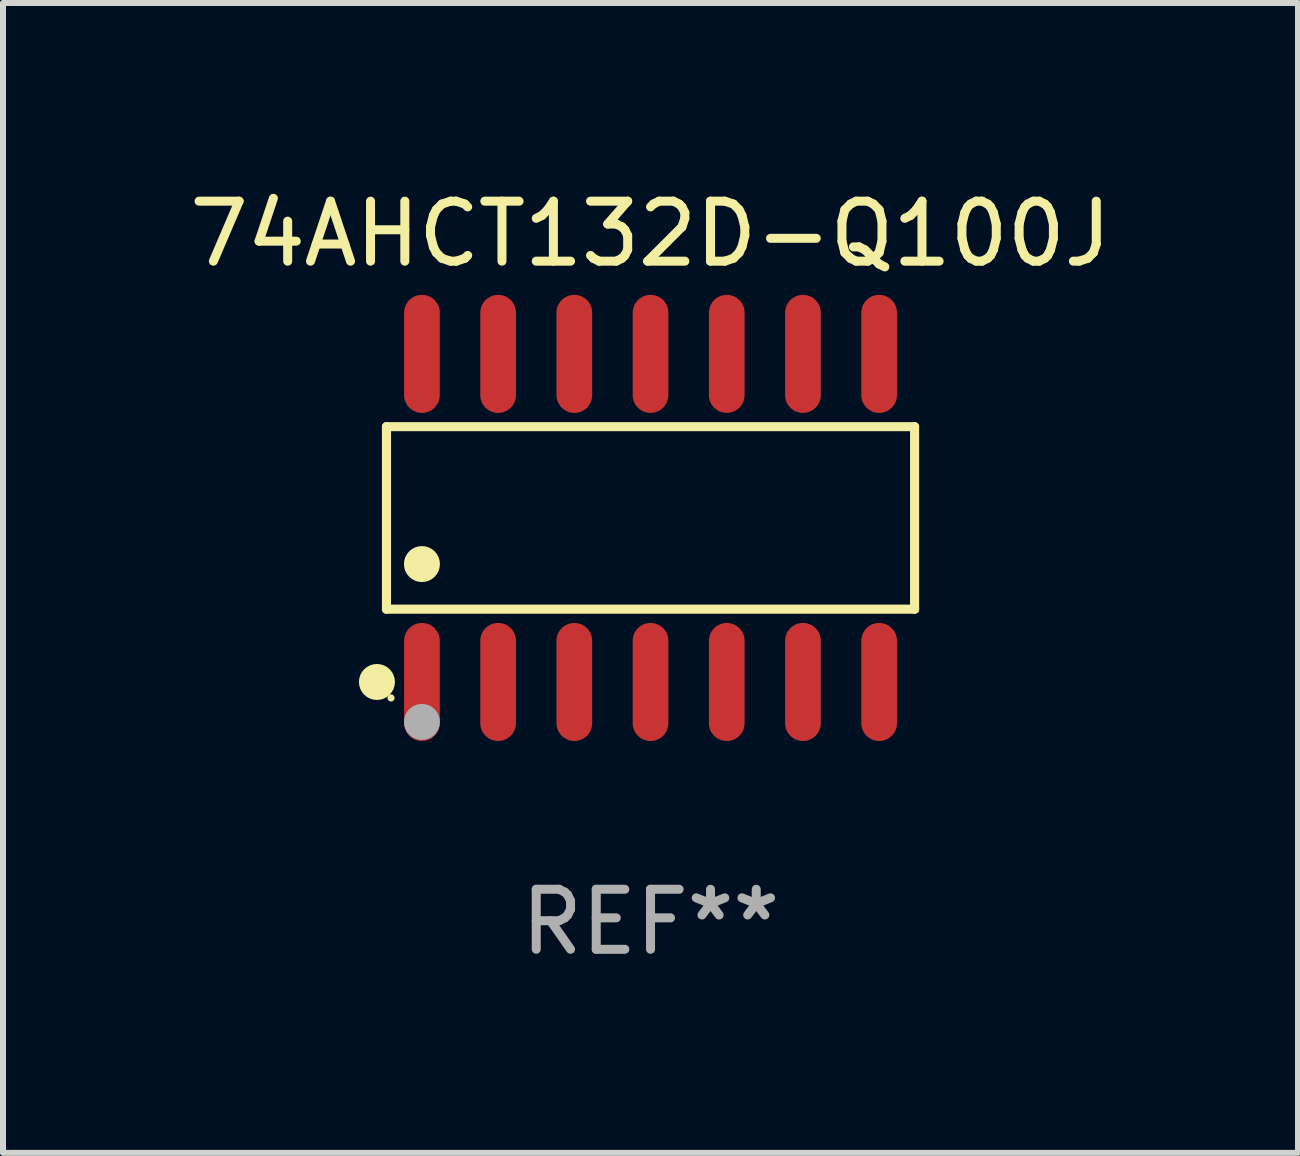
<source format=kicad_pcb>
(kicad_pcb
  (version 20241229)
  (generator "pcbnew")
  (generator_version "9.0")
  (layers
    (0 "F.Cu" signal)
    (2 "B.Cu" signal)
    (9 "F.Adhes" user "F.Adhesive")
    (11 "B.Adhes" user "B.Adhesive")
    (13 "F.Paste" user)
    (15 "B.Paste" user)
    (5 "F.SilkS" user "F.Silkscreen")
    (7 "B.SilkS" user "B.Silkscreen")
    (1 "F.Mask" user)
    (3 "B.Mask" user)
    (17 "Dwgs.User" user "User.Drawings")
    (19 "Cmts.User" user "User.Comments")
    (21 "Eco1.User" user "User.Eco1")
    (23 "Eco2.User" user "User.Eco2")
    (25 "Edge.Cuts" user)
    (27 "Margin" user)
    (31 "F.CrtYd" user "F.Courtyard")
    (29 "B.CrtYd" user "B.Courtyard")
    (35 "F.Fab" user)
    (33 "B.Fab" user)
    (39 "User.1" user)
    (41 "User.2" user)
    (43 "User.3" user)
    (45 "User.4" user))
  (footprint "74AHCT132D-Q100J"
    (layer "F.Cu")
    (at 7.792 5.582)
    (property "Reference" "74AHCT132D-Q100J" (at 0 -4.734 0) (layer "F.SilkS") (effects (font (size 1 1) (thickness 0.15))))
    (attr through_hole)
    (fp_line (start -4.401 -1.521) (end 4.401 -1.521) (stroke (width 0.152) (type solid)) (layer "F.SilkS"))
    (fp_line (start -4.401 1.521) (end -4.401 -1.521) (stroke (width 0.152) (type solid)) (layer "F.SilkS"))
    (fp_line (start 4.401 -1.521) (end 4.401 1.521) (stroke (width 0.152) (type solid)) (layer "F.SilkS"))
    (fp_line (start 4.401 1.521) (end -4.401 1.521) (stroke (width 0.152) (type solid)) (layer "F.SilkS"))
    (fp_circle (center -4.56 2.734) (end -4.41 2.734) (stroke (width 0.3) (type solid)) (fill no) (layer "F.SilkS"))
    (fp_circle (center -4.325 3) (end -4.295 3) (stroke (width 0.06) (type solid)) (fill no) (layer "F.SilkS"))
    (fp_circle (center -3.81 0.769) (end -3.66 0.769) (stroke (width 0.3) (type solid)) (fill no) (layer "F.SilkS"))
    (fp_circle (center -3.81 3.4) (end -3.66 3.4) (stroke (width 0.3) (type solid)) (fill no) (layer "F.Fab"))
    (fp_text user "REF**" (at 0 6.734 0) (layer "F.Fab") (effects (font (size 1 1) (thickness 0.15))))
    (pad "1" smd oval (at -3.81 2.734) (size 0.595 1.968) (layers "F.Cu" "F.Mask" "F.Paste"))
    (pad "2" smd oval (at -2.54 2.734) (size 0.595 1.968) (layers "F.Cu" "F.Mask" "F.Paste"))
    (pad "3" smd oval (at -1.27 2.734) (size 0.595 1.968) (layers "F.Cu" "F.Mask" "F.Paste"))
    (pad "4" smd oval (at 0 2.734) (size 0.595 1.968) (layers "F.Cu" "F.Mask" "F.Paste"))
    (pad "5" smd oval (at 1.27 2.734) (size 0.595 1.968) (layers "F.Cu" "F.Mask" "F.Paste"))
    (pad "6" smd oval (at 2.54 2.734) (size 0.595 1.968) (layers "F.Cu" "F.Mask" "F.Paste"))
    (pad "7" smd oval (at 3.81 2.734) (size 0.595 1.968) (layers "F.Cu" "F.Mask" "F.Paste"))
    (pad "8" smd oval (at 3.81 -2.734) (size 0.595 1.968) (layers "F.Cu" "F.Mask" "F.Paste"))
    (pad "9" smd oval (at 2.54 -2.734) (size 0.595 1.968) (layers "F.Cu" "F.Mask" "F.Paste"))
    (pad "10" smd oval (at 1.27 -2.734) (size 0.595 1.968) (layers "F.Cu" "F.Mask" "F.Paste"))
    (pad "11" smd oval (at 0 -2.734) (size 0.595 1.968) (layers "F.Cu" "F.Mask" "F.Paste"))
    (pad "12" smd oval (at -1.27 -2.734) (size 0.595 1.968) (layers "F.Cu" "F.Mask" "F.Paste"))
    (pad "13" smd oval (at -2.54 -2.734) (size 0.595 1.968) (layers "F.Cu" "F.Mask" "F.Paste"))
    (pad "14" smd oval (at -3.81 -2.734) (size 0.595 1.968) (layers "F.Cu" "F.Mask" "F.Paste")))
  (gr_rect
    (start -3 -3)
    (end 18.583 16.164)
    (stroke (width 0.1) (type default))
    (fill no)
    (layer "Edge.Cuts")))
</source>
